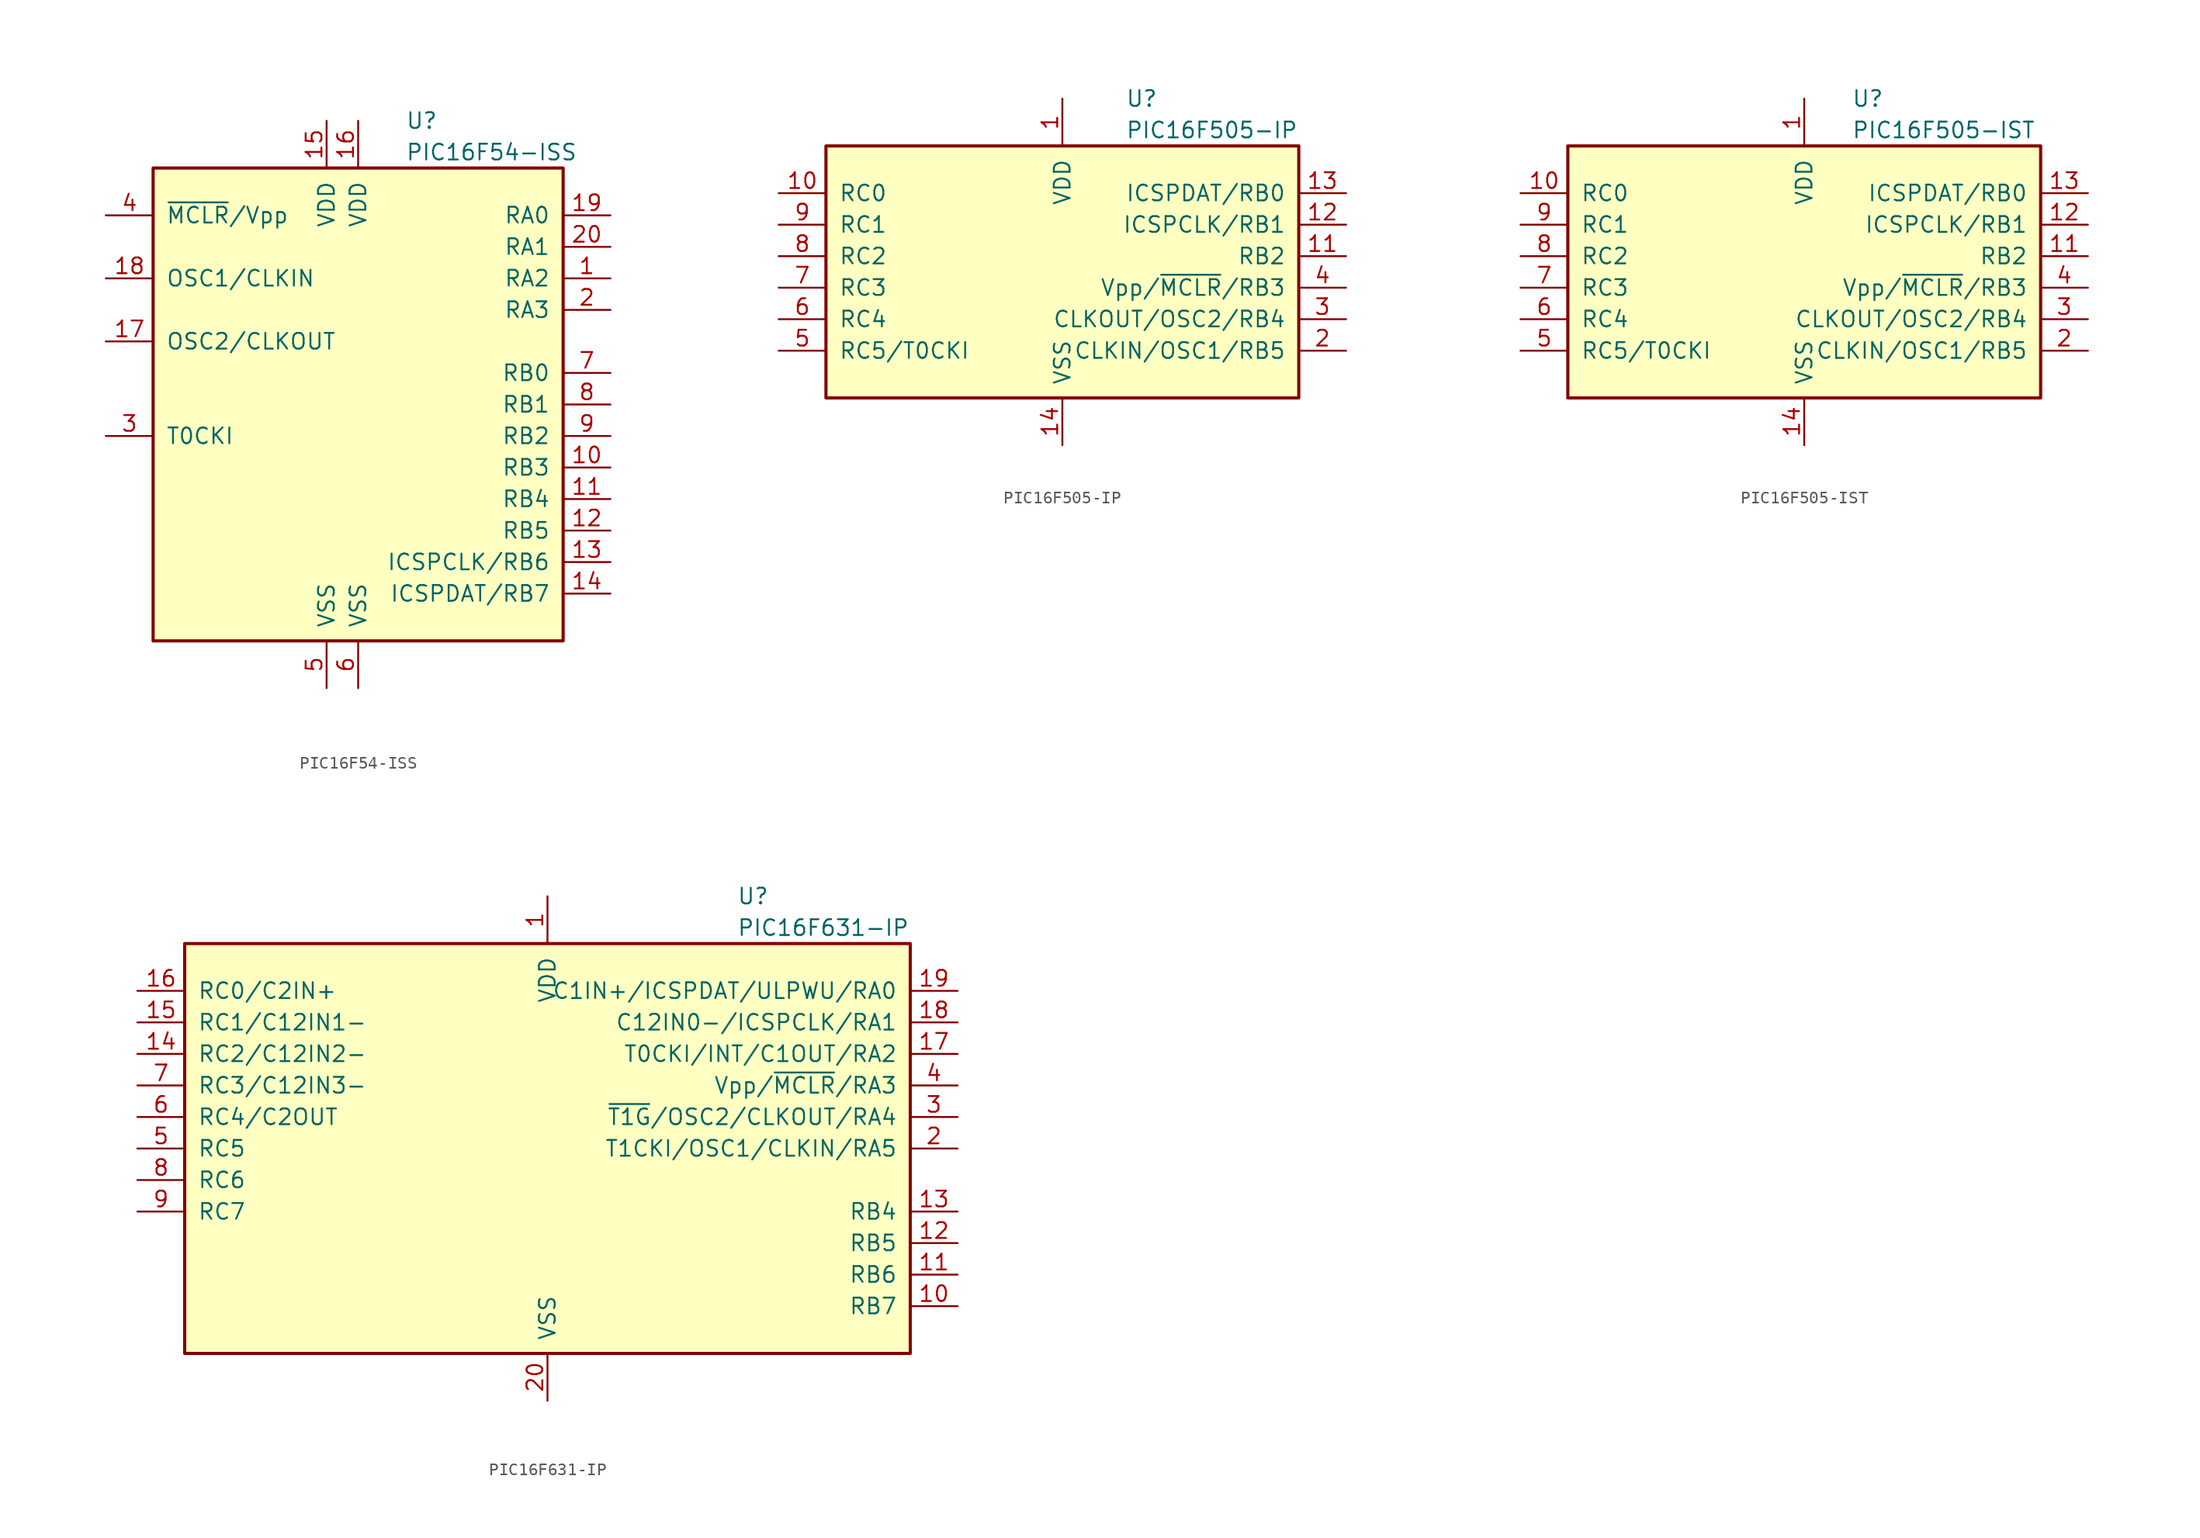
<source format=kicad_sym>
(kicad_symbol_lib
  (version 20220914)
  (generator kicad_symbol_editor)
  (symbol "PIC16F54-ISS"
    (pin_names
      (offset 1.016))
    (property "Reference" "U"
      (at 3.81 22.86 0)
      (effects (font (size 1.27 1.27)) (justify left)))
    (property "Value" "PIC16F54-ISS"
      (at 3.81 20.32 0)
      (effects (font (size 1.27 1.27)) (justify left)))
    (symbol "PIC16F54-ISS_0_1"
      (rectangle (start -16.51 19.05) (end 16.51 -19.05) (stroke (width 0.254) (type default)) (fill (type background))))
    (symbol "PIC16F54-ISS_1_1"
      (pin bidirectional line (at 20.32 10.16 180) (length 3.81) (name "RA2" (effects (font (size 1.27 1.27)))) (number "1" (effects (font (size 1.27 1.27)))))
      (pin bidirectional line (at 20.32 -5.08 180) (length 3.81) (name "RB3" (effects (font (size 1.27 1.27)))) (number "10" (effects (font (size 1.27 1.27)))))
      (pin bidirectional line (at 20.32 -7.62 180) (length 3.81) (name "RB4" (effects (font (size 1.27 1.27)))) (number "11" (effects (font (size 1.27 1.27)))))
      (pin bidirectional line (at 20.32 -10.16 180) (length 3.81) (name "RB5" (effects (font (size 1.27 1.27)))) (number "12" (effects (font (size 1.27 1.27)))))
      (pin bidirectional line (at 20.32 -12.7 180) (length 3.81) (name "ICSPCLK/RB6" (effects (font (size 1.27 1.27)))) (number "13" (effects (font (size 1.27 1.27)))))
      (pin bidirectional line (at 20.32 -15.24 180) (length 3.81) (name "ICSPDAT/RB7" (effects (font (size 1.27 1.27)))) (number "14" (effects (font (size 1.27 1.27)))))
      (pin power_in line (at -2.54 22.86 270) (length 3.81) (name "VDD" (effects (font (size 1.27 1.27)))) (number "15" (effects (font (size 1.27 1.27)))))
      (pin power_in line (at 0 22.86 270) (length 3.81) (name "VDD" (effects (font (size 1.27 1.27)))) (number "16" (effects (font (size 1.27 1.27)))))
      (pin output line (at -20.32 5.08 0) (length 3.81) (name "OSC2/CLKOUT" (effects (font (size 1.27 1.27)))) (number "17" (effects (font (size 1.27 1.27)))))
      (pin input line (at -20.32 10.16 0) (length 3.81) (name "OSC1/CLKIN" (effects (font (size 1.27 1.27)))) (number "18" (effects (font (size 1.27 1.27)))))
      (pin bidirectional line (at 20.32 15.24 180) (length 3.81) (name "RA0" (effects (font (size 1.27 1.27)))) (number "19" (effects (font (size 1.27 1.27)))))
      (pin bidirectional line (at 20.32 7.62 180) (length 3.81) (name "RA3" (effects (font (size 1.27 1.27)))) (number "2" (effects (font (size 1.27 1.27)))))
      (pin bidirectional line (at 20.32 12.7 180) (length 3.81) (name "RA1" (effects (font (size 1.27 1.27)))) (number "20" (effects (font (size 1.27 1.27)))))
      (pin input line (at -20.32 -2.54 0) (length 3.81) (name "T0CKI" (effects (font (size 1.27 1.27)))) (number "3" (effects (font (size 1.27 1.27)))))
      (pin input line (at -20.32 15.24 0) (length 3.81) (name "~{MCLR}/Vpp" (effects (font (size 1.27 1.27)))) (number "4" (effects (font (size 1.27 1.27)))))
      (pin power_in line (at -2.54 -22.86 90) (length 3.81) (name "VSS" (effects (font (size 1.27 1.27)))) (number "5" (effects (font (size 1.27 1.27)))))
      (pin power_in line (at 0 -22.86 90) (length 3.81) (name "VSS" (effects (font (size 1.27 1.27)))) (number "6" (effects (font (size 1.27 1.27)))))
      (pin bidirectional line (at 20.32 2.54 180) (length 3.81) (name "RB0" (effects (font (size 1.27 1.27)))) (number "7" (effects (font (size 1.27 1.27)))))
      (pin bidirectional line (at 20.32 0 180) (length 3.81) (name "RB1" (effects (font (size 1.27 1.27)))) (number "8" (effects (font (size 1.27 1.27)))))
      (pin bidirectional line (at 20.32 -2.54 180) (length 3.81) (name "RB2" (effects (font (size 1.27 1.27)))) (number "9" (effects (font (size 1.27 1.27)))))))
  (symbol "PIC16F505-IP"
    (pin_names
      (offset 1.016))
    (property "Reference" "U"
      (at 5.08 12.7 0)
      (effects (font (size 1.27 1.27)) (justify left)))
    (property "Value" "PIC16F505-IP"
      (at 5.08 10.16 0)
      (effects (font (size 1.27 1.27)) (justify left)))
    (symbol "PIC16F505-IP_0_1"
      (rectangle (start -19.05 8.89) (end 19.05 -11.43) (stroke (width 0.254) (type default)) (fill (type background))))
    (symbol "PIC16F505-IP_1_1"
      (pin power_in line (at 0 12.7 270) (length 3.81) (name "VDD" (effects (font (size 1.27 1.27)))) (number "1" (effects (font (size 1.27 1.27)))))
      (pin bidirectional line (at -22.86 5.08 0) (length 3.81) (name "RC0" (effects (font (size 1.27 1.27)))) (number "10" (effects (font (size 1.27 1.27)))))
      (pin bidirectional line (at 22.86 0 180) (length 3.81) (name "RB2" (effects (font (size 1.27 1.27)))) (number "11" (effects (font (size 1.27 1.27)))))
      (pin bidirectional line (at 22.86 2.54 180) (length 3.81) (name "ICSPCLK/RB1" (effects (font (size 1.27 1.27)))) (number "12" (effects (font (size 1.27 1.27)))))
      (pin bidirectional line (at 22.86 5.08 180) (length 3.81) (name "ICSPDAT/RB0" (effects (font (size 1.27 1.27)))) (number "13" (effects (font (size 1.27 1.27)))))
      (pin power_in line (at 0 -15.24 90) (length 3.81) (name "VSS" (effects (font (size 1.27 1.27)))) (number "14" (effects (font (size 1.27 1.27)))))
      (pin bidirectional line (at 22.86 -7.62 180) (length 3.81) (name "CLKIN/OSC1/RB5" (effects (font (size 1.27 1.27)))) (number "2" (effects (font (size 1.27 1.27)))))
      (pin bidirectional line (at 22.86 -5.08 180) (length 3.81) (name "CLKOUT/OSC2/RB4" (effects (font (size 1.27 1.27)))) (number "3" (effects (font (size 1.27 1.27)))))
      (pin input line (at 22.86 -2.54 180) (length 3.81) (name "Vpp/~{MCLR}/RB3" (effects (font (size 1.27 1.27)))) (number "4" (effects (font (size 1.27 1.27)))))
      (pin bidirectional line (at -22.86 -7.62 0) (length 3.81) (name "RC5/T0CKI" (effects (font (size 1.27 1.27)))) (number "5" (effects (font (size 1.27 1.27)))))
      (pin bidirectional line (at -22.86 -5.08 0) (length 3.81) (name "RC4" (effects (font (size 1.27 1.27)))) (number "6" (effects (font (size 1.27 1.27)))))
      (pin bidirectional line (at -22.86 -2.54 0) (length 3.81) (name "RC3" (effects (font (size 1.27 1.27)))) (number "7" (effects (font (size 1.27 1.27)))))
      (pin bidirectional line (at -22.86 0 0) (length 3.81) (name "RC2" (effects (font (size 1.27 1.27)))) (number "8" (effects (font (size 1.27 1.27)))))
      (pin bidirectional line (at -22.86 2.54 0) (length 3.81) (name "RC1" (effects (font (size 1.27 1.27)))) (number "9" (effects (font (size 1.27 1.27)))))))
  (symbol "PIC16F505-IST"
    (pin_names
      (offset 1.016))
    (property "Reference" "U"
      (at 3.81 12.7 0)
      (effects (font (size 1.27 1.27)) (justify left)))
    (property "Value" "PIC16F505-IST"
      (at 3.81 10.16 0)
      (effects (font (size 1.27 1.27)) (justify left)))
    (symbol "PIC16F505-IST_0_1"
      (rectangle (start -19.05 8.89) (end 19.05 -11.43) (stroke (width 0.254) (type default)) (fill (type background))))
    (symbol "PIC16F505-IST_1_1"
      (pin power_in line (at 0 12.7 270) (length 3.81) (name "VDD" (effects (font (size 1.27 1.27)))) (number "1" (effects (font (size 1.27 1.27)))))
      (pin bidirectional line (at -22.86 5.08 0) (length 3.81) (name "RC0" (effects (font (size 1.27 1.27)))) (number "10" (effects (font (size 1.27 1.27)))))
      (pin bidirectional line (at 22.86 0 180) (length 3.81) (name "RB2" (effects (font (size 1.27 1.27)))) (number "11" (effects (font (size 1.27 1.27)))))
      (pin bidirectional line (at 22.86 2.54 180) (length 3.81) (name "ICSPCLK/RB1" (effects (font (size 1.27 1.27)))) (number "12" (effects (font (size 1.27 1.27)))))
      (pin bidirectional line (at 22.86 5.08 180) (length 3.81) (name "ICSPDAT/RB0" (effects (font (size 1.27 1.27)))) (number "13" (effects (font (size 1.27 1.27)))))
      (pin power_in line (at 0 -15.24 90) (length 3.81) (name "VSS" (effects (font (size 1.27 1.27)))) (number "14" (effects (font (size 1.27 1.27)))))
      (pin bidirectional line (at 22.86 -7.62 180) (length 3.81) (name "CLKIN/OSC1/RB5" (effects (font (size 1.27 1.27)))) (number "2" (effects (font (size 1.27 1.27)))))
      (pin bidirectional line (at 22.86 -5.08 180) (length 3.81) (name "CLKOUT/OSC2/RB4" (effects (font (size 1.27 1.27)))) (number "3" (effects (font (size 1.27 1.27)))))
      (pin input line (at 22.86 -2.54 180) (length 3.81) (name "Vpp/~{MCLR}/RB3" (effects (font (size 1.27 1.27)))) (number "4" (effects (font (size 1.27 1.27)))))
      (pin bidirectional line (at -22.86 -7.62 0) (length 3.81) (name "RC5/T0CKI" (effects (font (size 1.27 1.27)))) (number "5" (effects (font (size 1.27 1.27)))))
      (pin bidirectional line (at -22.86 -5.08 0) (length 3.81) (name "RC4" (effects (font (size 1.27 1.27)))) (number "6" (effects (font (size 1.27 1.27)))))
      (pin bidirectional line (at -22.86 -2.54 0) (length 3.81) (name "RC3" (effects (font (size 1.27 1.27)))) (number "7" (effects (font (size 1.27 1.27)))))
      (pin bidirectional line (at -22.86 0 0) (length 3.81) (name "RC2" (effects (font (size 1.27 1.27)))) (number "8" (effects (font (size 1.27 1.27)))))
      (pin bidirectional line (at -22.86 2.54 0) (length 3.81) (name "RC1" (effects (font (size 1.27 1.27)))) (number "9" (effects (font (size 1.27 1.27)))))))
  (symbol "PIC16F631-IP"
    (pin_names
      (offset 1.016))
    (property "Reference" "U"
      (at 15.24 20.32 0)
      (effects (font (size 1.27 1.27)) (justify left)))
    (property "Value" "PIC16F631-IP"
      (at 15.24 17.78 0)
      (effects (font (size 1.27 1.27)) (justify left)))
    (symbol "PIC16F631-IP_0_1"
      (rectangle (start -29.21 16.51) (end 29.21 -16.51) (stroke (width 0.254) (type default)) (fill (type background))))
    (symbol "PIC16F631-IP_1_1"
      (pin power_in line (at 0 20.32 270) (length 3.81) (name "VDD" (effects (font (size 1.27 1.27)))) (number "1" (effects (font (size 1.27 1.27)))))
      (pin bidirectional line (at 33.02 -12.7 180) (length 3.81) (name "RB7" (effects (font (size 1.27 1.27)))) (number "10" (effects (font (size 1.27 1.27)))))
      (pin bidirectional line (at 33.02 -10.16 180) (length 3.81) (name "RB6" (effects (font (size 1.27 1.27)))) (number "11" (effects (font (size 1.27 1.27)))))
      (pin bidirectional line (at 33.02 -7.62 180) (length 3.81) (name "RB5" (effects (font (size 1.27 1.27)))) (number "12" (effects (font (size 1.27 1.27)))))
      (pin bidirectional line (at 33.02 -5.08 180) (length 3.81) (name "RB4" (effects (font (size 1.27 1.27)))) (number "13" (effects (font (size 1.27 1.27)))))
      (pin bidirectional line (at -33.02 7.62 0) (length 3.81) (name "RC2/C12IN2-" (effects (font (size 1.27 1.27)))) (number "14" (effects (font (size 1.27 1.27)))))
      (pin bidirectional line (at -33.02 10.16 0) (length 3.81) (name "RC1/C12IN1-" (effects (font (size 1.27 1.27)))) (number "15" (effects (font (size 1.27 1.27)))))
      (pin bidirectional line (at -33.02 12.7 0) (length 3.81) (name "RC0/C2IN+" (effects (font (size 1.27 1.27)))) (number "16" (effects (font (size 1.27 1.27)))))
      (pin bidirectional line (at 33.02 7.62 180) (length 3.81) (name "T0CKI/INT/C1OUT/RA2" (effects (font (size 1.27 1.27)))) (number "17" (effects (font (size 1.27 1.27)))))
      (pin bidirectional line (at 33.02 10.16 180) (length 3.81) (name "C12IN0-/ICSPCLK/RA1" (effects (font (size 1.27 1.27)))) (number "18" (effects (font (size 1.27 1.27)))))
      (pin bidirectional line (at 33.02 12.7 180) (length 3.81) (name "C1IN+/ICSPDAT/ULPWU/RA0" (effects (font (size 1.27 1.27)))) (number "19" (effects (font (size 1.27 1.27)))))
      (pin bidirectional line (at 33.02 0 180) (length 3.81) (name "T1CKI/OSC1/CLKIN/RA5" (effects (font (size 1.27 1.27)))) (number "2" (effects (font (size 1.27 1.27)))))
      (pin power_in line (at 0 -20.32 90) (length 3.81) (name "VSS" (effects (font (size 1.27 1.27)))) (number "20" (effects (font (size 1.27 1.27)))))
      (pin bidirectional line (at 33.02 2.54 180) (length 3.81) (name "~{T1G}/OSC2/CLKOUT/RA4" (effects (font (size 1.27 1.27)))) (number "3" (effects (font (size 1.27 1.27)))))
      (pin input line (at 33.02 5.08 180) (length 3.81) (name "Vpp/~{MCLR}/RA3" (effects (font (size 1.27 1.27)))) (number "4" (effects (font (size 1.27 1.27)))))
      (pin bidirectional line (at -33.02 0 0) (length 3.81) (name "RC5" (effects (font (size 1.27 1.27)))) (number "5" (effects (font (size 1.27 1.27)))))
      (pin bidirectional line (at -33.02 2.54 0) (length 3.81) (name "RC4/C2OUT" (effects (font (size 1.27 1.27)))) (number "6" (effects (font (size 1.27 1.27)))))
      (pin bidirectional line (at -33.02 5.08 0) (length 3.81) (name "RC3/C12IN3-" (effects (font (size 1.27 1.27)))) (number "7" (effects (font (size 1.27 1.27)))))
      (pin bidirectional line (at -33.02 -2.54 0) (length 3.81) (name "RC6" (effects (font (size 1.27 1.27)))) (number "8" (effects (font (size 1.27 1.27)))))
      (pin bidirectional line (at -33.02 -5.08 0) (length 3.81) (name "RC7" (effects (font (size 1.27 1.27)))) (number "9" (effects (font (size 1.27 1.27))))))))
</source>
